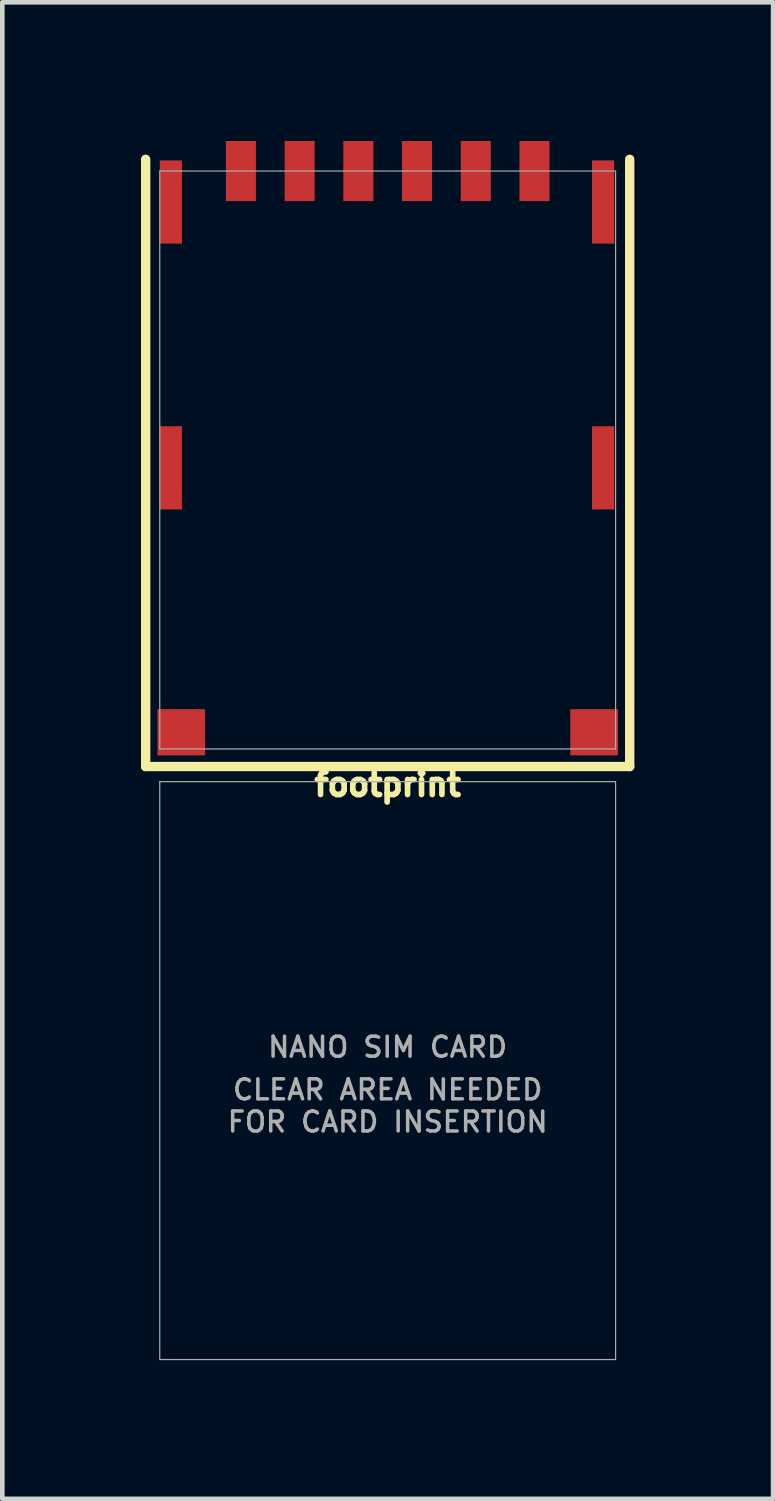
<source format=kicad_pcb>
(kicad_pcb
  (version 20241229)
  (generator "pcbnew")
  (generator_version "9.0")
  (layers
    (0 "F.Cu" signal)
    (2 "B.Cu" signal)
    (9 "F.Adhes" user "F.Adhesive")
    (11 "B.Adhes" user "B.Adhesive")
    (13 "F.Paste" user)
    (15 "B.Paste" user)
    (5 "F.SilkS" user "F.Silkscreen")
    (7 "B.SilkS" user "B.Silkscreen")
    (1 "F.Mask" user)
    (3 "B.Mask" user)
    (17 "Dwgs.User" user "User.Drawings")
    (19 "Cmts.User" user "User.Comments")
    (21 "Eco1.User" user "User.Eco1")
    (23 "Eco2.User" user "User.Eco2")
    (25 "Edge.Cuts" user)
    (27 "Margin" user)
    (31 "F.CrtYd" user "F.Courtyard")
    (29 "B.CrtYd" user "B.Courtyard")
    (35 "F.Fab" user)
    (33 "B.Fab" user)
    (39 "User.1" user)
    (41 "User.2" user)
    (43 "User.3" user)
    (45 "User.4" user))
  (footprint "footprint"
    (layer "F.Cu")
    (at 5.336 6.9)
    (property "Reference" "footprint" (at 0 6.731 0) (layer "F.SilkS") (effects (font (size 0.488 0.488) (thickness 0.122)) (justify top)))
    (fp_line (start -5.235 6.631) (end -5.235 -6.504) (stroke (width 0.203) (type solid)) (layer "F.SilkS"))
    (fp_line (start 5.235 6.631) (end -5.235 6.631) (stroke (width 0.203) (type solid)) (layer "F.SilkS"))
    (fp_line (start 5.235 6.631) (end 5.235 -6.504) (stroke (width 0.203) (type solid)) (layer "F.SilkS"))
    (fp_line (start -4.93 -6.25) (end 4.93 -6.25) (stroke (width 0.025) (type solid)) (layer "F.Fab"))
    (fp_line (start -4.93 6.25) (end -4.93 -6.25) (stroke (width 0.025) (type solid)) (layer "F.Fab"))
    (fp_line (start -4.93 6.958) (end 4.93 6.958) (stroke (width 0.025) (type solid)) (layer "F.Fab"))
    (fp_line (start -4.93 19.458) (end -4.93 6.958) (stroke (width 0.025) (type solid)) (layer "F.Fab"))
    (fp_line (start 4.93 -6.25) (end 4.93 6.25) (stroke (width 0.025) (type solid)) (layer "F.Fab"))
    (fp_line (start 4.93 6.25) (end -4.93 6.25) (stroke (width 0.025) (type solid)) (layer "F.Fab"))
    (fp_line (start 4.93 6.958) (end 4.93 19.458) (stroke (width 0.025) (type solid)) (layer "F.Fab"))
    (fp_line (start 4.93 19.458) (end -4.93 19.458) (stroke (width 0.025) (type solid)) (layer "F.Fab"))
    (fp_text user "CLEAR AREA NEEDED\nFOR CARD INSERTION" (at 0 13.97 0) (layer "F.Fab") (effects (font (size 0.432 0.432) (thickness 0.076))))
    (fp_text user "NANO SIM CARD" (at 0 12.7 0) (layer "F.Fab") (effects (font (size 0.432 0.432) (thickness 0.076))))
    (pad "C1" smd rect (at 1.905 -6.25) (size 0.65 1.3) (layers "F.Cu" "F.Mask" "F.Paste"))
    (pad "C2" smd rect (at -0.635 -6.25) (size 0.65 1.3) (layers "F.Cu" "F.Mask" "F.Paste"))
    (pad "C3" smd rect (at -1.905 -6.25) (size 0.65 1.3) (layers "F.Cu" "F.Mask" "F.Paste"))
    (pad "C5" smd rect (at 3.175 -6.25) (size 0.65 1.3) (layers "F.Cu" "F.Mask" "F.Paste"))
    (pad "C6" smd rect (at 0.635 -6.25) (size 0.65 1.3) (layers "F.Cu" "F.Mask" "F.Paste"))
    (pad "C7" smd rect (at -3.175 -6.25) (size 0.65 1.3) (layers "F.Cu" "F.Mask" "F.Paste"))
    (pad "MNT1" smd rect (at -4.69 -5.58) (size 0.48 1.8) (layers "F.Cu" "F.Mask" "F.Paste"))
    (pad "MNT2" smd rect (at 4.66 -5.58) (size 0.48 1.8) (layers "F.Cu" "F.Mask" "F.Paste"))
    (pad "MNT3" smd rect (at -4.69 0.17) (size 0.48 1.8) (layers "F.Cu" "F.Mask" "F.Paste"))
    (pad "MNT4" smd rect (at 4.66 0.17) (size 0.48 1.8) (layers "F.Cu" "F.Mask" "F.Paste"))
    (pad "MNT5" smd rect (at -4.465 5.89) (size 1.03 1) (layers "F.Cu" "F.Mask" "F.Paste"))
    (pad "MNT6" smd rect (at 4.465 5.89) (size 1.03 1) (layers "F.Cu" "F.Mask" "F.Paste")))
  (gr_rect
    (start -3 -3)
    (end 13.673 29.371)
    (stroke (width 0.1) (type default))
    (fill no)
    (layer "Edge.Cuts")))
</source>
